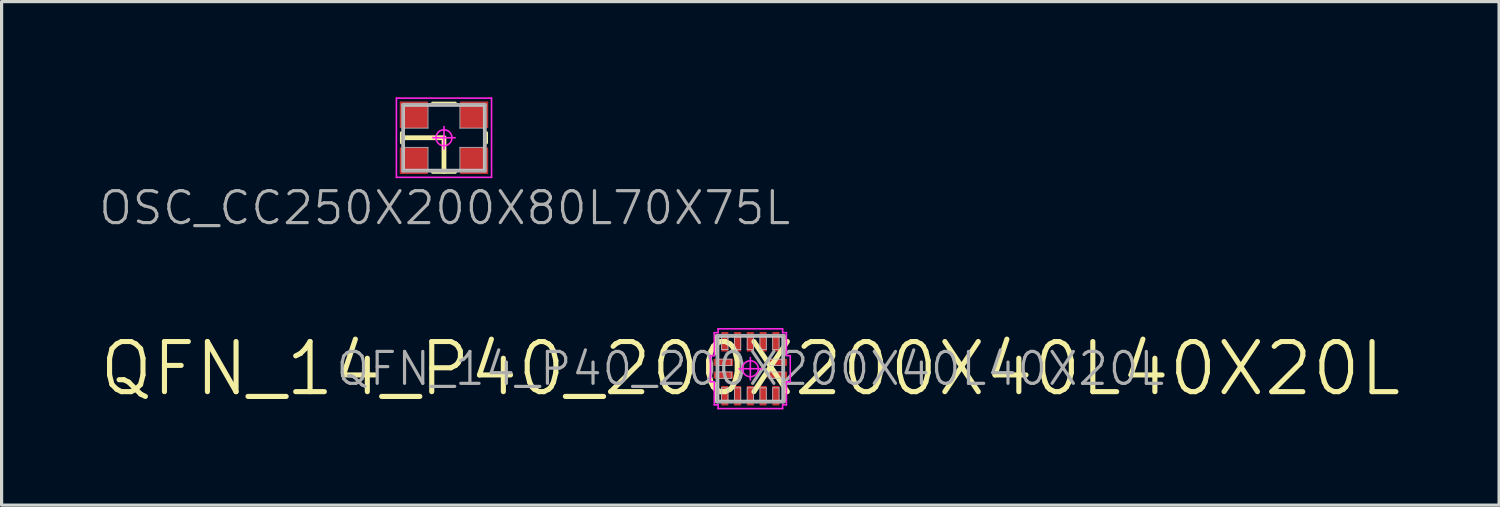
<source format=kicad_pcb>
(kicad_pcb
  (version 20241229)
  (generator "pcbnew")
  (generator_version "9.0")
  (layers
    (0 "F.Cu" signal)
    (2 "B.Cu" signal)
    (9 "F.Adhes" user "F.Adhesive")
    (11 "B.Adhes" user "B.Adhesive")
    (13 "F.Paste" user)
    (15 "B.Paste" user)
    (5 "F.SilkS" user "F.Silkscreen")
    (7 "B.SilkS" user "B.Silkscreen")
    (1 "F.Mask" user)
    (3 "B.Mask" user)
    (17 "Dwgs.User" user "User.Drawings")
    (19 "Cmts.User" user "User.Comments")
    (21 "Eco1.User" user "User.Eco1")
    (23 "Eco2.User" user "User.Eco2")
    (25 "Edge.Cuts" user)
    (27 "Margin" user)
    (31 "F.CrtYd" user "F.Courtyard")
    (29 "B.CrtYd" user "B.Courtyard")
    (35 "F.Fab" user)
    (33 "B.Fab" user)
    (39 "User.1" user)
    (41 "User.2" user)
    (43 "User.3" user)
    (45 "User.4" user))
  (footprint "OSC_CC250X200X80L70X75L"
    (layer "F.Cu")
    (at 10.858 1.265)
    (property "Reference" "OSC_CC250X200X80L70X75L" (at 0.025 2.2 180) (layer "F.Fab") (effects (font (size 1 1) (thickness 0.1))))
    (attr smd)
    (fp_line (start -1.33 0.155) (end -1.33 -0.155) (stroke (width 0.1) (type solid)) (layer "F.SilkS"))
    (fp_line (start -1.275 0) (end 0 0) (stroke (width 0.15) (type solid)) (layer "F.SilkS"))
    (fp_line (start -0.355 1.08) (end 0.355 1.08) (stroke (width 0.1) (type solid)) (layer "F.SilkS"))
    (fp_line (start 0 0) (end 0 1.05) (stroke (width 0.15) (type solid)) (layer "F.SilkS"))
    (fp_line (start 0.355 -1.08) (end -0.355 -1.08) (stroke (width 0.1) (type solid)) (layer "F.SilkS"))
    (fp_line (start 1.33 0.155) (end 1.33 -0.155) (stroke (width 0.1) (type solid)) (layer "F.SilkS"))
    (fp_line (start -1.25 -1) (end -0.5 -1) (stroke (width 0.025) (type solid)) (layer "Dwgs.User"))
    (fp_line (start -1.25 -1) (end 1.25 -1) (stroke (width 0.025) (type solid)) (layer "Dwgs.User"))
    (fp_line (start -1.25 -0.3) (end -1.25 -1) (stroke (width 0.025) (type solid)) (layer "Dwgs.User"))
    (fp_line (start -1.25 0.3) (end -0.5 0.3) (stroke (width 0.025) (type solid)) (layer "Dwgs.User"))
    (fp_line (start -1.25 1) (end -1.25 -1) (stroke (width 0.025) (type solid)) (layer "Dwgs.User"))
    (fp_line (start -1.25 1) (end -1.25 0.3) (stroke (width 0.025) (type solid)) (layer "Dwgs.User"))
    (fp_line (start -0.5 -1) (end -0.5 -0.3) (stroke (width 0.025) (type solid)) (layer "Dwgs.User"))
    (fp_line (start -0.5 -0.3) (end -1.25 -0.3) (stroke (width 0.025) (type solid)) (layer "Dwgs.User"))
    (fp_line (start -0.5 0.3) (end -0.5 1) (stroke (width 0.025) (type solid)) (layer "Dwgs.User"))
    (fp_line (start -0.5 1) (end -1.25 1) (stroke (width 0.025) (type solid)) (layer "Dwgs.User"))
    (fp_line (start 0.5 -1) (end 1.25 -1) (stroke (width 0.025) (type solid)) (layer "Dwgs.User"))
    (fp_line (start 0.5 -0.3) (end 0.5 -1) (stroke (width 0.025) (type solid)) (layer "Dwgs.User"))
    (fp_line (start 0.5 0.3) (end 1.25 0.3) (stroke (width 0.025) (type solid)) (layer "Dwgs.User"))
    (fp_line (start 0.5 1) (end 0.5 0.3) (stroke (width 0.025) (type solid)) (layer "Dwgs.User"))
    (fp_line (start 1.25 -1) (end 1.25 -0.3) (stroke (width 0.025) (type solid)) (layer "Dwgs.User"))
    (fp_line (start 1.25 -1) (end 1.25 1) (stroke (width 0.025) (type solid)) (layer "Dwgs.User"))
    (fp_line (start 1.25 -0.3) (end 0.5 -0.3) (stroke (width 0.025) (type solid)) (layer "Dwgs.User"))
    (fp_line (start 1.25 0.3) (end 1.25 1) (stroke (width 0.025) (type solid)) (layer "Dwgs.User"))
    (fp_line (start 1.25 1) (end -1.25 1) (stroke (width 0.025) (type solid)) (layer "Dwgs.User"))
    (fp_line (start 1.25 1) (end 0.5 1) (stroke (width 0.025) (type solid)) (layer "Dwgs.User"))
    (fp_line (start -1.49 -1.24) (end 1.49 -1.24) (stroke (width 0.05) (type solid)) (layer "F.CrtYd"))
    (fp_line (start -1.49 1.24) (end -1.49 -1.24) (stroke (width 0.05) (type solid)) (layer "F.CrtYd"))
    (fp_line (start -0.35 0) (end 0.35 0) (stroke (width 0.05) (type solid)) (layer "F.CrtYd"))
    (fp_line (start 0 -0.35) (end 0 0.35) (stroke (width 0.05) (type solid)) (layer "F.CrtYd"))
    (fp_line (start 1.49 -1.24) (end 1.49 1.24) (stroke (width 0.05) (type solid)) (layer "F.CrtYd"))
    (fp_line (start 1.49 1.24) (end -1.49 1.24) (stroke (width 0.05) (type solid)) (layer "F.CrtYd"))
    (fp_circle (center 0 0) (end 0 0.25) (stroke (width 0.05) (type solid)) (fill no) (layer "F.CrtYd"))
    (fp_line (start -1.28 -1.03) (end 1.28 -1.03) (stroke (width 0.12) (type solid)) (layer "F.Fab"))
    (fp_line (start -1.28 1.03) (end -1.28 -1.03) (stroke (width 0.12) (type solid)) (layer "F.Fab"))
    (fp_line (start 1.28 -1.03) (end 1.28 1.03) (stroke (width 0.12) (type solid)) (layer "F.Fab"))
    (fp_line (start 1.28 1.03) (end -1.28 1.03) (stroke (width 0.12) (type solid)) (layer "F.Fab"))
    (pad "1" smd rect (at -0.945 0.72 90) (size 0.83 0.88) (layers "F.Cu" "F.Mask" "F.Paste"))
    (pad "2" smd rect (at 0.945 0.72 90) (size 0.83 0.88) (layers "F.Cu" "F.Mask" "F.Paste"))
    (pad "3" smd rect (at 0.945 -0.72 90) (size 0.83 0.88) (layers "F.Cu" "F.Mask" "F.Paste"))
    (pad "4" smd rect (at -0.945 -0.72 90) (size 0.83 0.88) (layers "F.Cu" "F.Mask" "F.Paste")))
  (footprint "QFN_14_P40_200X200X40L40X20L"
    (layer "F.Cu")
    (at 20.456 8.501)
    (property "Reference" "QFN_14_P40_200X200X40L40X20L" (at 0 0 0) (layer "F.Fab") (effects (font (size 1 1) (thickness 0.1))))
    (attr smd)
    (fp_line (start -1.06 -1.03) (end -1.06 -0.46) (stroke (width 0.1) (type solid)) (layer "F.SilkS"))
    (fp_line (start -1.06 1.03) (end -1.06 0.46) (stroke (width 0.1) (type solid)) (layer "F.SilkS"))
    (fp_line (start 1.06 -1.03) (end 1.06 -0.46) (stroke (width 0.1) (type solid)) (layer "F.SilkS"))
    (fp_line (start 1.06 1.03) (end 1.06 0.46) (stroke (width 0.1) (type solid)) (layer "F.SilkS"))
    (fp_line (start -1 -1) (end 1 -1) (stroke (width 0.025) (type solid)) (layer "Dwgs.User"))
    (fp_line (start -1 -0.3) (end -0.6 -0.3) (stroke (width 0.025) (type solid)) (layer "Dwgs.User"))
    (fp_line (start -1 -0.1) (end -1 -0.3) (stroke (width 0.025) (type solid)) (layer "Dwgs.User"))
    (fp_line (start -1 0.1) (end -0.6 0.1) (stroke (width 0.025) (type solid)) (layer "Dwgs.User"))
    (fp_line (start -1 0.3) (end -1 0.1) (stroke (width 0.025) (type solid)) (layer "Dwgs.User"))
    (fp_line (start -1 1) (end -1 -1) (stroke (width 0.025) (type solid)) (layer "Dwgs.User"))
    (fp_line (start -0.9 -1) (end -0.7 -1) (stroke (width 0.025) (type solid)) (layer "Dwgs.User"))
    (fp_line (start -0.9 -0.6) (end -0.9 -1) (stroke (width 0.025) (type solid)) (layer "Dwgs.User"))
    (fp_line (start -0.9 0.6) (end -0.7 0.6) (stroke (width 0.025) (type solid)) (layer "Dwgs.User"))
    (fp_line (start -0.9 1) (end -0.9 0.6) (stroke (width 0.025) (type solid)) (layer "Dwgs.User"))
    (fp_line (start -0.7 -1) (end -0.7 -0.6) (stroke (width 0.025) (type solid)) (layer "Dwgs.User"))
    (fp_line (start -0.7 -0.6) (end -0.9 -0.6) (stroke (width 0.025) (type solid)) (layer "Dwgs.User"))
    (fp_line (start -0.7 0.6) (end -0.7 1) (stroke (width 0.025) (type solid)) (layer "Dwgs.User"))
    (fp_line (start -0.7 1) (end -0.9 1) (stroke (width 0.025) (type solid)) (layer "Dwgs.User"))
    (fp_line (start -0.6 -0.3) (end -0.6 -0.1) (stroke (width 0.025) (type solid)) (layer "Dwgs.User"))
    (fp_line (start -0.6 -0.1) (end -1 -0.1) (stroke (width 0.025) (type solid)) (layer "Dwgs.User"))
    (fp_line (start -0.6 0.1) (end -0.6 0.3) (stroke (width 0.025) (type solid)) (layer "Dwgs.User"))
    (fp_line (start -0.6 0.3) (end -1 0.3) (stroke (width 0.025) (type solid)) (layer "Dwgs.User"))
    (fp_line (start -0.5 -1) (end -0.3 -1) (stroke (width 0.025) (type solid)) (layer "Dwgs.User"))
    (fp_line (start -0.5 -0.6) (end -0.5 -1) (stroke (width 0.025) (type solid)) (layer "Dwgs.User"))
    (fp_line (start -0.5 0.6) (end -0.3 0.6) (stroke (width 0.025) (type solid)) (layer "Dwgs.User"))
    (fp_line (start -0.5 1) (end -0.5 0.6) (stroke (width 0.025) (type solid)) (layer "Dwgs.User"))
    (fp_line (start -0.3 -1) (end -0.3 -0.6) (stroke (width 0.025) (type solid)) (layer "Dwgs.User"))
    (fp_line (start -0.3 -0.6) (end -0.5 -0.6) (stroke (width 0.025) (type solid)) (layer "Dwgs.User"))
    (fp_line (start -0.3 0.6) (end -0.3 1) (stroke (width 0.025) (type solid)) (layer "Dwgs.User"))
    (fp_line (start -0.3 1) (end -0.5 1) (stroke (width 0.025) (type solid)) (layer "Dwgs.User"))
    (fp_line (start -0.1 -1) (end 0.1 -1) (stroke (width 0.025) (type solid)) (layer "Dwgs.User"))
    (fp_line (start -0.1 -0.6) (end -0.1 -1) (stroke (width 0.025) (type solid)) (layer "Dwgs.User"))
    (fp_line (start -0.1 0.6) (end 0.1 0.6) (stroke (width 0.025) (type solid)) (layer "Dwgs.User"))
    (fp_line (start -0.1 1) (end -0.1 0.6) (stroke (width 0.025) (type solid)) (layer "Dwgs.User"))
    (fp_line (start 0.1 -1) (end 0.1 -0.6) (stroke (width 0.025) (type solid)) (layer "Dwgs.User"))
    (fp_line (start 0.1 -0.6) (end -0.1 -0.6) (stroke (width 0.025) (type solid)) (layer "Dwgs.User"))
    (fp_line (start 0.1 0.6) (end 0.1 1) (stroke (width 0.025) (type solid)) (layer "Dwgs.User"))
    (fp_line (start 0.1 1) (end -0.1 1) (stroke (width 0.025) (type solid)) (layer "Dwgs.User"))
    (fp_line (start 0.3 -1) (end 0.5 -1) (stroke (width 0.025) (type solid)) (layer "Dwgs.User"))
    (fp_line (start 0.3 -0.6) (end 0.3 -1) (stroke (width 0.025) (type solid)) (layer "Dwgs.User"))
    (fp_line (start 0.3 0.6) (end 0.5 0.6) (stroke (width 0.025) (type solid)) (layer "Dwgs.User"))
    (fp_line (start 0.3 1) (end 0.3 0.6) (stroke (width 0.025) (type solid)) (layer "Dwgs.User"))
    (fp_line (start 0.5 -1) (end 0.5 -0.6) (stroke (width 0.025) (type solid)) (layer "Dwgs.User"))
    (fp_line (start 0.5 -0.6) (end 0.3 -0.6) (stroke (width 0.025) (type solid)) (layer "Dwgs.User"))
    (fp_line (start 0.5 0.6) (end 0.5 1) (stroke (width 0.025) (type solid)) (layer "Dwgs.User"))
    (fp_line (start 0.5 1) (end 0.3 1) (stroke (width 0.025) (type solid)) (layer "Dwgs.User"))
    (fp_line (start 0.6 -0.3) (end 1 -0.3) (stroke (width 0.025) (type solid)) (layer "Dwgs.User"))
    (fp_line (start 0.6 -0.1) (end 0.6 -0.3) (stroke (width 0.025) (type solid)) (layer "Dwgs.User"))
    (fp_line (start 0.6 0.1) (end 1 0.1) (stroke (width 0.025) (type solid)) (layer "Dwgs.User"))
    (fp_line (start 0.6 0.3) (end 0.6 0.1) (stroke (width 0.025) (type solid)) (layer "Dwgs.User"))
    (fp_line (start 0.7 -1) (end 0.9 -1) (stroke (width 0.025) (type solid)) (layer "Dwgs.User"))
    (fp_line (start 0.7 -0.6) (end 0.7 -1) (stroke (width 0.025) (type solid)) (layer "Dwgs.User"))
    (fp_line (start 0.7 0.6) (end 0.9 0.6) (stroke (width 0.025) (type solid)) (layer "Dwgs.User"))
    (fp_line (start 0.7 1) (end 0.7 0.6) (stroke (width 0.025) (type solid)) (layer "Dwgs.User"))
    (fp_line (start 0.9 -1) (end 0.9 -0.6) (stroke (width 0.025) (type solid)) (layer "Dwgs.User"))
    (fp_line (start 0.9 -0.6) (end 0.7 -0.6) (stroke (width 0.025) (type solid)) (layer "Dwgs.User"))
    (fp_line (start 0.9 0.6) (end 0.9 1) (stroke (width 0.025) (type solid)) (layer "Dwgs.User"))
    (fp_line (start 0.9 1) (end 0.7 1) (stroke (width 0.025) (type solid)) (layer "Dwgs.User"))
    (fp_line (start 1 -1) (end 1 1) (stroke (width 0.025) (type solid)) (layer "Dwgs.User"))
    (fp_line (start 1 -0.3) (end 1 -0.1) (stroke (width 0.025) (type solid)) (layer "Dwgs.User"))
    (fp_line (start 1 -0.1) (end 0.6 -0.1) (stroke (width 0.025) (type solid)) (layer "Dwgs.User"))
    (fp_line (start 1 0.1) (end 1 0.3) (stroke (width 0.025) (type solid)) (layer "Dwgs.User"))
    (fp_line (start 1 0.3) (end 0.6 0.3) (stroke (width 0.025) (type solid)) (layer "Dwgs.User"))
    (fp_line (start 1 1) (end -1 1) (stroke (width 0.025) (type solid)) (layer "Dwgs.User"))
    (fp_line (start -1.25 -0.41) (end -1.25 0.41) (stroke (width 0.05) (type solid)) (layer "F.CrtYd"))
    (fp_line (start -1.25 0.41) (end -1.13 0.41) (stroke (width 0.05) (type solid)) (layer "F.CrtYd"))
    (fp_line (start -1.13 -1.13) (end -1.13 -0.41) (stroke (width 0.05) (type solid)) (layer "F.CrtYd"))
    (fp_line (start -1.13 -0.41) (end -1.25 -0.41) (stroke (width 0.05) (type solid)) (layer "F.CrtYd"))
    (fp_line (start -1.13 0.41) (end -1.13 1.13) (stroke (width 0.05) (type solid)) (layer "F.CrtYd"))
    (fp_line (start -1.13 1.13) (end -1.01 1.13) (stroke (width 0.05) (type solid)) (layer "F.CrtYd"))
    (fp_line (start -1.01 -1.25) (end -1.01 -1.13) (stroke (width 0.05) (type solid)) (layer "F.CrtYd"))
    (fp_line (start -1.01 -1.13) (end -1.13 -1.13) (stroke (width 0.05) (type solid)) (layer "F.CrtYd"))
    (fp_line (start -1.01 1.13) (end -1.01 1.25) (stroke (width 0.05) (type solid)) (layer "F.CrtYd"))
    (fp_line (start -1.01 1.25) (end 1.01 1.25) (stroke (width 0.05) (type solid)) (layer "F.CrtYd"))
    (fp_line (start -0.35 0) (end 0.35 0) (stroke (width 0.05) (type solid)) (layer "F.CrtYd"))
    (fp_line (start 0 -0.35) (end 0 0.35) (stroke (width 0.05) (type solid)) (layer "F.CrtYd"))
    (fp_line (start 1.01 -1.25) (end -1.01 -1.25) (stroke (width 0.05) (type solid)) (layer "F.CrtYd"))
    (fp_line (start 1.01 -1.13) (end 1.01 -1.25) (stroke (width 0.05) (type solid)) (layer "F.CrtYd"))
    (fp_line (start 1.01 1.13) (end 1.13 1.13) (stroke (width 0.05) (type solid)) (layer "F.CrtYd"))
    (fp_line (start 1.01 1.25) (end 1.01 1.13) (stroke (width 0.05) (type solid)) (layer "F.CrtYd"))
    (fp_line (start 1.13 -1.13) (end 1.01 -1.13) (stroke (width 0.05) (type solid)) (layer "F.CrtYd"))
    (fp_line (start 1.13 -0.41) (end 1.13 -1.13) (stroke (width 0.05) (type solid)) (layer "F.CrtYd"))
    (fp_line (start 1.13 0.41) (end 1.25 0.41) (stroke (width 0.05) (type solid)) (layer "F.CrtYd"))
    (fp_line (start 1.13 1.13) (end 1.13 0.41) (stroke (width 0.05) (type solid)) (layer "F.CrtYd"))
    (fp_line (start 1.25 -0.41) (end 1.13 -0.41) (stroke (width 0.05) (type solid)) (layer "F.CrtYd"))
    (fp_line (start 1.25 0.41) (end 1.25 -0.41) (stroke (width 0.05) (type solid)) (layer "F.CrtYd"))
    (fp_circle (center 0 0) (end 0 0.25) (stroke (width 0.05) (type solid)) (fill no) (layer "F.CrtYd"))
    (fp_line (start -1.03 -1.03) (end 1.03 -1.03) (stroke (width 0.12) (type solid)) (layer "F.Fab"))
    (fp_line (start -1.03 1.03) (end -1.03 -1.03) (stroke (width 0.12) (type solid)) (layer "F.Fab"))
    (fp_line (start 1.03 -1.03) (end 1.03 1.03) (stroke (width 0.12) (type solid)) (layer "F.Fab"))
    (fp_line (start 1.03 1.03) (end -1.03 1.03) (stroke (width 0.12) (type solid)) (layer "F.Fab"))
    (fp_text user "${REFERENCE}" (at 0 0 0) (layer "F.SilkS") (effects (font (size 1.57 1.57) (thickness 0.16))))
    (pad "1" smd rect (at -0.8 0.845 90) (size 0.61 0.22) (layers "F.Cu" "F.Mask" "F.Paste"))
    (pad "2" smd rect (at -0.4 0.845 90) (size 0.61 0.22) (layers "F.Cu" "F.Mask" "F.Paste"))
    (pad "3" smd rect (at 0 0.845 90) (size 0.61 0.22) (layers "F.Cu" "F.Mask" "F.Paste"))
    (pad "4" smd rect (at 0.4 0.845 90) (size 0.61 0.22) (layers "F.Cu" "F.Mask" "F.Paste"))
    (pad "5" smd rect (at 0.8 0.845 90) (size 0.61 0.22) (layers "F.Cu" "F.Mask" "F.Paste"))
    (pad "6" smd rect (at 0.845 0.2) (size 0.61 0.22) (layers "F.Cu" "F.Mask" "F.Paste"))
    (pad "7" smd rect (at 0.845 -0.2) (size 0.61 0.22) (layers "F.Cu" "F.Mask" "F.Paste"))
    (pad "8" smd rect (at 0.8 -0.845 90) (size 0.61 0.22) (layers "F.Cu" "F.Mask" "F.Paste"))
    (pad "9" smd rect (at 0.4 -0.845 90) (size 0.61 0.22) (layers "F.Cu" "F.Mask" "F.Paste"))
    (pad "10" smd rect (at 0 -0.845 90) (size 0.61 0.22) (layers "F.Cu" "F.Mask" "F.Paste"))
    (pad "11" smd rect (at -0.4 -0.845 90) (size 0.61 0.22) (layers "F.Cu" "F.Mask" "F.Paste"))
    (pad "12" smd rect (at -0.8 -0.845 90) (size 0.61 0.22) (layers "F.Cu" "F.Mask" "F.Paste"))
    (pad "13" smd rect (at -0.845 -0.2) (size 0.61 0.22) (layers "F.Cu" "F.Mask" "F.Paste"))
    (pad "14" smd rect (at -0.845 0.2) (size 0.61 0.22) (layers "F.Cu" "F.Mask" "F.Paste")))
  (gr_rect
    (start -3 -3)
    (end 43.911 12.775)
    (stroke (width 0.1) (type default))
    (fill no)
    (layer "Edge.Cuts")))
</source>
